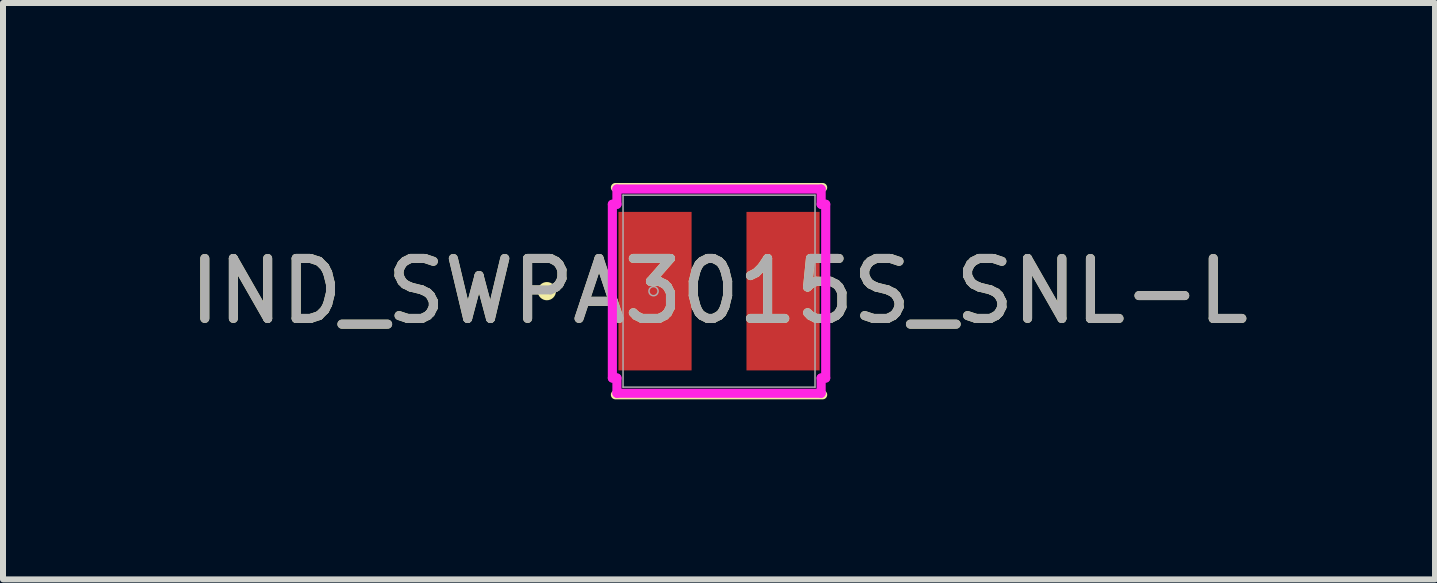
<source format=kicad_pcb>
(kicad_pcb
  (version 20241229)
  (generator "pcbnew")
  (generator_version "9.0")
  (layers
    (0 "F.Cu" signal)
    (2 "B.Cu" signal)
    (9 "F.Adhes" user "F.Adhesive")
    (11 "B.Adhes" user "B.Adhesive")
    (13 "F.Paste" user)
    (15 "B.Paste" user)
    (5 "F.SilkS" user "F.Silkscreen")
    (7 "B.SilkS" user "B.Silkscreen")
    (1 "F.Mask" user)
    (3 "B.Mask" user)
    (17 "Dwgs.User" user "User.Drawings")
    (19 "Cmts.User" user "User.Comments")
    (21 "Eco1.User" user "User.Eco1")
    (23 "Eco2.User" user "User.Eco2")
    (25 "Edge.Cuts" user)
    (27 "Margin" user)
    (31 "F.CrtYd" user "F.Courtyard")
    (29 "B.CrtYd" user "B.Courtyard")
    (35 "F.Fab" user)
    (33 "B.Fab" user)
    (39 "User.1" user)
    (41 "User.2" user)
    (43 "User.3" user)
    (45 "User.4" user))
  (footprint "IND_SWPA3015S_SNL-L"
    (layer "F.Cu")
    (at 8.935 1.803)
    (property "Reference" "IND_SWPA3015S_SNL-L" (at 0 0 0) (unlocked yes) (layer "F.SilkS") (effects (font (size 1 1) (thickness 0.15))))
    (attr smd)
    (fp_line (start -1.727 1.727) (end 1.727 1.727) (stroke (width 0.152) (type solid)) (layer "F.SilkS"))
    (fp_line (start 1.727 -1.727) (end -1.727 -1.727) (stroke (width 0.152) (type solid)) (layer "F.SilkS"))
    (fp_circle (center -2.87 0) (end -2.794 0) (stroke (width 0.152) (type solid)) (fill no) (layer "F.SilkS"))
    (fp_line (start -1.778 -1.448) (end -1.702 -1.448) (stroke (width 0.152) (type solid)) (layer "F.CrtYd"))
    (fp_line (start -1.778 1.448) (end -1.778 -1.448) (stroke (width 0.152) (type solid)) (layer "F.CrtYd"))
    (fp_line (start -1.702 -1.702) (end 1.702 -1.702) (stroke (width 0.152) (type solid)) (layer "F.CrtYd"))
    (fp_line (start -1.702 -1.448) (end -1.702 -1.702) (stroke (width 0.152) (type solid)) (layer "F.CrtYd"))
    (fp_line (start -1.702 1.448) (end -1.778 1.448) (stroke (width 0.152) (type solid)) (layer "F.CrtYd"))
    (fp_line (start -1.702 1.702) (end -1.702 1.448) (stroke (width 0.152) (type solid)) (layer "F.CrtYd"))
    (fp_line (start 1.702 -1.702) (end 1.702 -1.448) (stroke (width 0.152) (type solid)) (layer "F.CrtYd"))
    (fp_line (start 1.702 -1.448) (end 1.778 -1.448) (stroke (width 0.152) (type solid)) (layer "F.CrtYd"))
    (fp_line (start 1.702 1.448) (end 1.702 1.702) (stroke (width 0.152) (type solid)) (layer "F.CrtYd"))
    (fp_line (start 1.702 1.702) (end -1.702 1.702) (stroke (width 0.152) (type solid)) (layer "F.CrtYd"))
    (fp_line (start 1.778 -1.448) (end 1.778 1.448) (stroke (width 0.152) (type solid)) (layer "F.CrtYd"))
    (fp_line (start 1.778 1.448) (end 1.702 1.448) (stroke (width 0.152) (type solid)) (layer "F.CrtYd"))
    (fp_line (start -1.6 -1.6) (end -1.6 1.6) (stroke (width 0.025) (type solid)) (layer "F.Fab"))
    (fp_line (start -1.6 1.6) (end 1.6 1.6) (stroke (width 0.025) (type solid)) (layer "F.Fab"))
    (fp_line (start 1.6 -1.6) (end -1.6 -1.6) (stroke (width 0.025) (type solid)) (layer "F.Fab"))
    (fp_line (start 1.6 1.6) (end 1.6 -1.6) (stroke (width 0.025) (type solid)) (layer "F.Fab"))
    (fp_circle (center -1.092 0) (end -1.016 0) (stroke (width 0.025) (type solid)) (fill no) (layer "F.Fab"))
    (fp_text user "${REFERENCE}" (at 0 0 0) (unlocked yes) (layer "F.Fab") (effects (font (size 1 1) (thickness 0.15))))
    (pad "1" smd rect (at -1.067 0 90) (size 2.642 1.219) (layers "F.Cu" "F.Mask" "F.Paste"))
    (pad "2" smd rect (at 1.067 0 90) (size 2.642 1.219) (layers "F.Cu" "F.Mask" "F.Paste"))
    (zone (net_name "") (layer "F.Cu") (hatch full 0.508) (connect_pads) (min_thickness 0.254) (filled_areas_thickness no) (keepout (tracks not_allowed) (vias not_allowed) (pads allowed) (copperpour not_allowed) (footprints allowed)) (placement (enabled no)) (fill) (polygon (pts (xy 7.385 0.254) (xy 10.484 0.254) (xy 10.484 0.406) (xy 7.385 0.406))))
    (zone (net_name "") (layer "F.Cu") (hatch full 0.508) (connect_pads) (min_thickness 0.254) (filled_areas_thickness no) (keepout (tracks not_allowed) (vias not_allowed) (pads allowed) (copperpour not_allowed) (footprints allowed)) (placement (enabled no)) (fill) (polygon (pts (xy 7.385 3.2) (xy 10.484 3.2) (xy 10.484 3.353) (xy 7.385 3.353))))
    (zone (net_name "") (layer "F.Cu") (hatch full 0.508) (connect_pads) (min_thickness 0.254) (filled_areas_thickness no) (keepout (tracks not_allowed) (vias not_allowed) (pads allowed) (copperpour not_allowed) (footprints allowed)) (placement (enabled no)) (fill) (polygon (pts (xy 8.528 0.406) (xy 9.341 0.406) (xy 9.341 3.2) (xy 8.528 3.2)))))
  (gr_rect
    (start -3 -3)
    (end 20.869 6.607)
    (stroke (width 0.1) (type default))
    (fill no)
    (layer "Edge.Cuts")))
</source>
